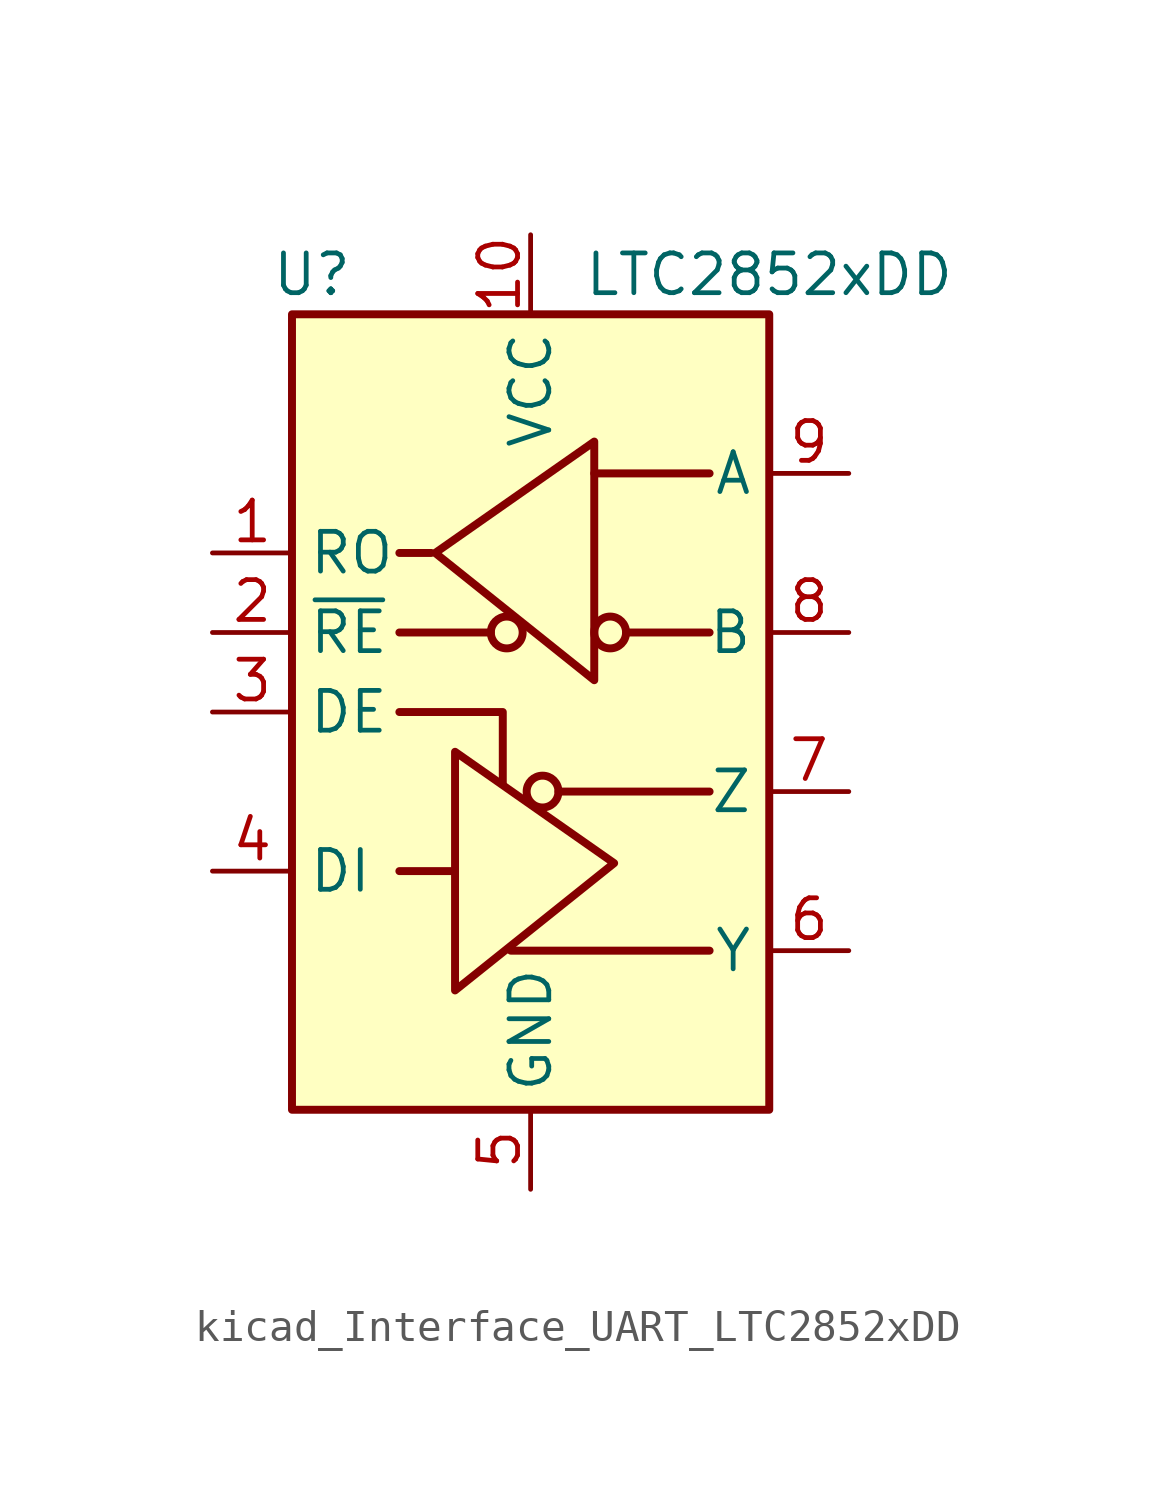
<source format=kicad_sym>
(kicad_symbol_lib
  (version 20220914)
  (generator kicad_symbol_editor)
  (symbol "kicad_Interface_UART_LTC2852xDD"
    (property "Reference" "U"
      (at -6.985 13.97 0)
      (effects (font (size 1.27 1.27))))
    (property "Value" "LTC2852xDD"
      (at 7.62 13.97 0)
      (effects (font (size 1.27 1.27))))
    (symbol "kicad_Interface_UART_LTC2852xDD_0_1"
      (rectangle (start -7.62 12.7) (end 7.62 -12.7) (stroke (width 0.254) (type default)) (fill (type background))))
    (symbol "kicad_Interface_UART_LTC2852xDD_1_1"
      (circle (center -0.762 2.54) (radius 0.508) (stroke (width 0.254) (type default)) (fill (type none)))
      (polyline (pts (xy -4.191 2.54) (xy -1.27 2.54)) (stroke (width 0.254) (type default)) (fill (type none)))
      (polyline (pts (xy -2.54 -5.08) (xy -4.191 -5.08)) (stroke (width 0.254) (type default)) (fill (type none)))
      (polyline (pts (xy -0.635 -7.62) (xy 5.715 -7.62)) (stroke (width 0.254) (type default)) (fill (type none)))
      (polyline (pts (xy 0.889 -2.54) (xy 5.715 -2.54)) (stroke (width 0.254) (type default)) (fill (type none)))
      (polyline (pts (xy 2.032 7.62) (xy 5.715 7.62)) (stroke (width 0.254) (type default)) (fill (type none)))
      (polyline (pts (xy 3.048 2.54) (xy 5.715 2.54)) (stroke (width 0.254) (type default)) (fill (type none)))
      (polyline (pts (xy -4.191 0) (xy -0.889 0) (xy -0.889 -2.286)) (stroke (width 0.254) (type default)) (fill (type none)))
      (polyline (pts (xy -3.175 5.08) (xy -4.191 5.08) (xy -4.064 5.08)) (stroke (width 0.254) (type default)) (fill (type none)))
      (polyline (pts (xy -2.413 -5.08) (xy -2.413 -1.27) (xy 2.667 -4.826) (xy -2.413 -8.89) (xy -2.413 -5.08)) (stroke (width 0.254) (type default)) (fill (type none)))
      (polyline (pts (xy 2.032 4.826) (xy 2.032 8.636) (xy -3.048 5.08) (xy 2.032 1.016) (xy 2.032 4.826)) (stroke (width 0.254) (type default)) (fill (type none)))
      (circle (center 0.381 -2.54) (radius 0.508) (stroke (width 0.254) (type default)) (fill (type none)))
      (circle (center 2.54 2.54) (radius 0.508) (stroke (width 0.254) (type default)) (fill (type none)))
      (pin output line (at -10.16 5.08 0) (length 2.54) (name "RO" (effects (font (size 1.27 1.27)))) (number "1" (effects (font (size 1.27 1.27)))))
      (pin power_in line (at 0 15.24 270) (length 2.54) (name "VCC" (effects (font (size 1.27 1.27)))) (number "10" (effects (font (size 1.27 1.27)))))
      (pin passive line (at 0 -15.24 90) (length 2.54) hide (name "GND" (effects (font (size 1.27 1.27)))) (number "11" (effects (font (size 1.27 1.27)))))
      (pin input line (at -10.16 2.54 0) (length 2.54) (name "~{RE}" (effects (font (size 1.27 1.27)))) (number "2" (effects (font (size 1.27 1.27)))))
      (pin input line (at -10.16 0 0) (length 2.54) (name "DE" (effects (font (size 1.27 1.27)))) (number "3" (effects (font (size 1.27 1.27)))))
      (pin input line (at -10.16 -5.08 0) (length 2.54) (name "DI" (effects (font (size 1.27 1.27)))) (number "4" (effects (font (size 1.27 1.27)))))
      (pin power_in line (at 0 -15.24 90) (length 2.54) (name "GND" (effects (font (size 1.27 1.27)))) (number "5" (effects (font (size 1.27 1.27)))))
      (pin output line (at 10.16 -7.62 180) (length 2.54) (name "Y" (effects (font (size 1.27 1.27)))) (number "6" (effects (font (size 1.27 1.27)))))
      (pin output line (at 10.16 -2.54 180) (length 2.54) (name "Z" (effects (font (size 1.27 1.27)))) (number "7" (effects (font (size 1.27 1.27)))))
      (pin input line (at 10.16 2.54 180) (length 2.54) (name "B" (effects (font (size 1.27 1.27)))) (number "8" (effects (font (size 1.27 1.27)))))
      (pin input line (at 10.16 7.62 180) (length 2.54) (name "A" (effects (font (size 1.27 1.27)))) (number "9" (effects (font (size 1.27 1.27))))))))
</source>
